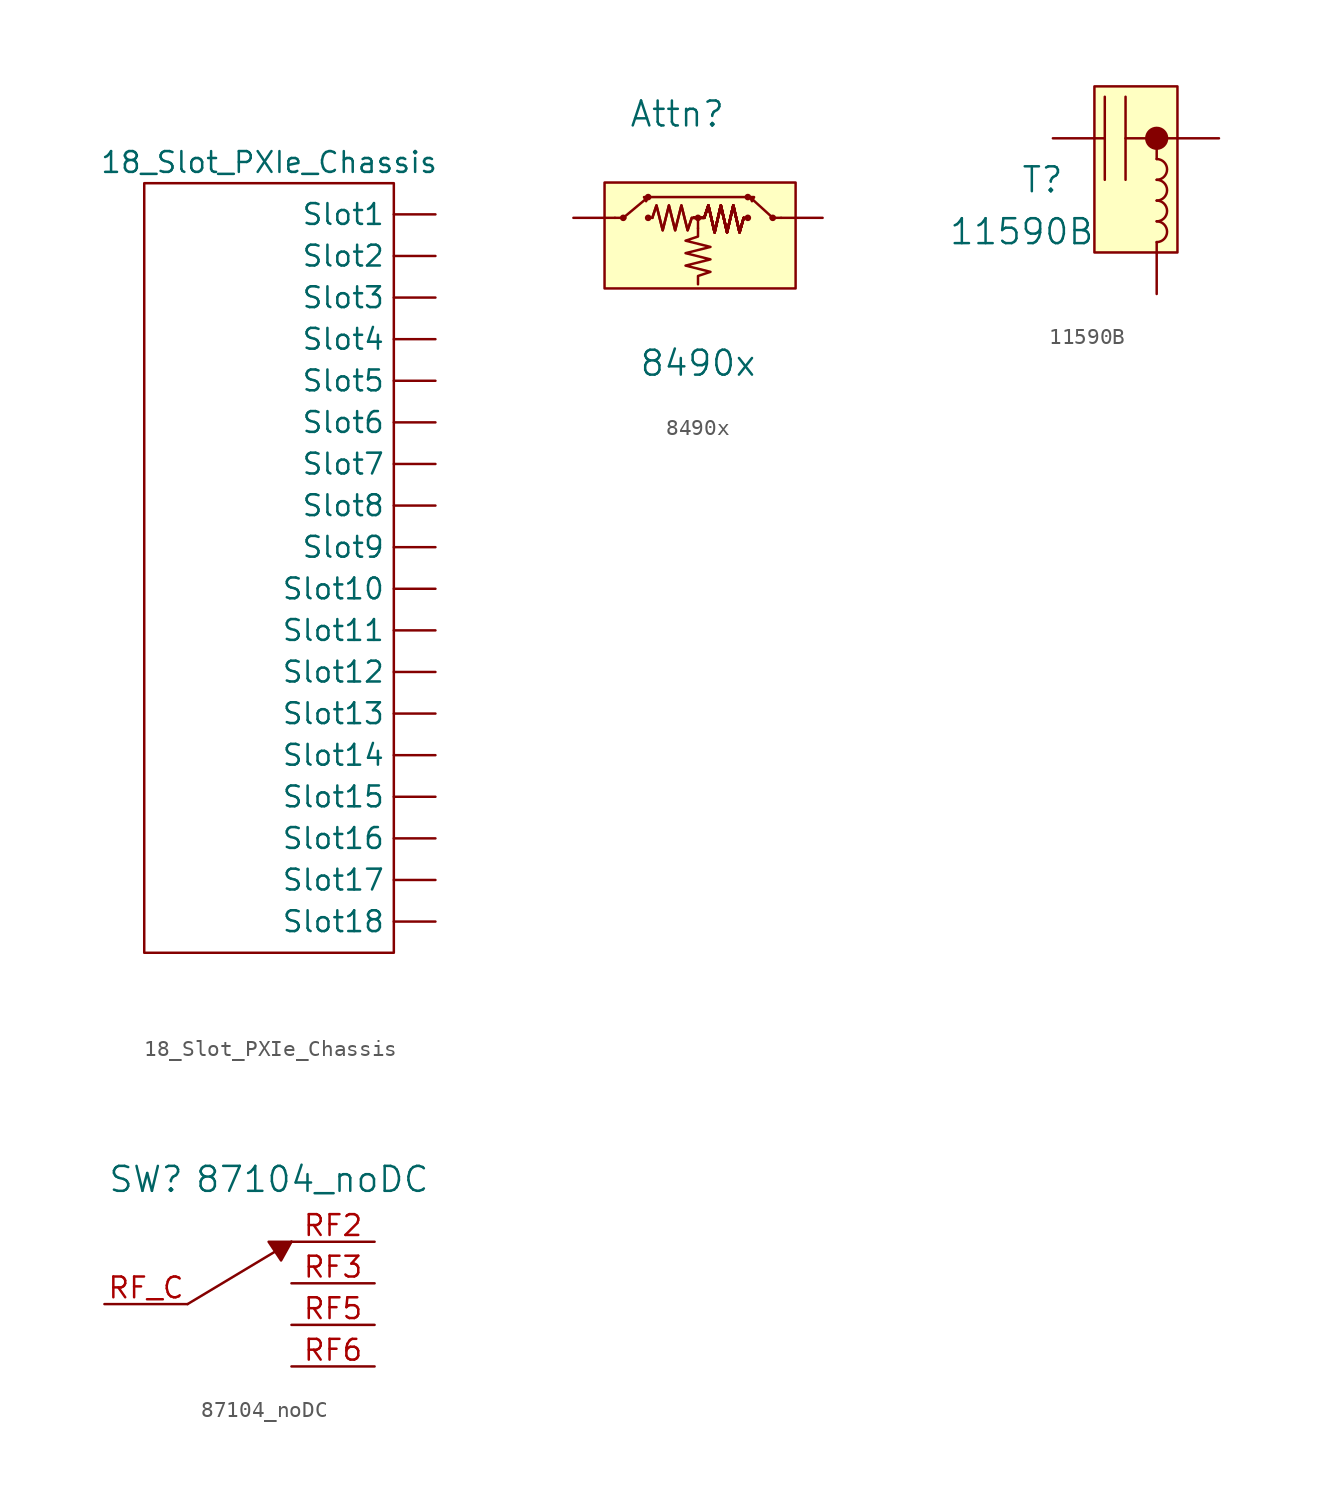
<source format=kicad_sym>
(kicad_symbol_lib
  (version 20211014)
  (generator kicad_symbol_editor)
  (symbol "18_Slot_PXIe_Chassis"
    (property "Reference" "U"
      (at 0 5.08 0)
      (effects (font (size 1.27 1.27)) hide))
    (property "Value" "18_Slot_PXIe_Chassis"
      (at 0 3.175 0)
      (effects (font (size 1.27 1.27))))
    (symbol "18_Slot_PXIe_Chassis_0_1"
      (rectangle (start -7.62 1.905) (end 7.62 -45.085) (stroke (width 0) (type default) (color 0 0 0 0)) (fill (type none))))
    (symbol "18_Slot_PXIe_Chassis_1_1"
      (pin bidirectional line (at 10.16 0 180) (length 2.54) (name "Slot1" (effects (font (size 1.27 1.27)))) (number "" (effects (font (size 1.27 1.27)))))
      (pin bidirectional line (at 10.16 -22.86 180) (length 2.54) (name "Slot10" (effects (font (size 1.27 1.27)))) (number "" (effects (font (size 1.27 1.27)))))
      (pin bidirectional line (at 10.16 -25.4 180) (length 2.54) (name "Slot11" (effects (font (size 1.27 1.27)))) (number "" (effects (font (size 1.27 1.27)))))
      (pin bidirectional line (at 10.16 -27.94 180) (length 2.54) (name "Slot12" (effects (font (size 1.27 1.27)))) (number "" (effects (font (size 1.27 1.27)))))
      (pin bidirectional line (at 10.16 -30.48 180) (length 2.54) (name "Slot13" (effects (font (size 1.27 1.27)))) (number "" (effects (font (size 1.27 1.27)))))
      (pin bidirectional line (at 10.16 -33.02 180) (length 2.54) (name "Slot14" (effects (font (size 1.27 1.27)))) (number "" (effects (font (size 1.27 1.27)))))
      (pin bidirectional line (at 10.16 -35.56 180) (length 2.54) (name "Slot15" (effects (font (size 1.27 1.27)))) (number "" (effects (font (size 1.27 1.27)))))
      (pin bidirectional line (at 10.16 -38.1 180) (length 2.54) (name "Slot16" (effects (font (size 1.27 1.27)))) (number "" (effects (font (size 1.27 1.27)))))
      (pin bidirectional line (at 10.16 -40.64 180) (length 2.54) (name "Slot17" (effects (font (size 1.27 1.27)))) (number "" (effects (font (size 1.27 1.27)))))
      (pin bidirectional line (at 10.16 -43.18 180) (length 2.54) (name "Slot18" (effects (font (size 1.27 1.27)))) (number "" (effects (font (size 1.27 1.27)))))
      (pin bidirectional line (at 10.16 -2.54 180) (length 2.54) (name "Slot2" (effects (font (size 1.27 1.27)))) (number "" (effects (font (size 1.27 1.27)))))
      (pin bidirectional line (at 10.16 -5.08 180) (length 2.54) (name "Slot3" (effects (font (size 1.27 1.27)))) (number "" (effects (font (size 1.27 1.27)))))
      (pin bidirectional line (at 10.16 -7.62 180) (length 2.54) (name "Slot4" (effects (font (size 1.27 1.27)))) (number "" (effects (font (size 1.27 1.27)))))
      (pin bidirectional line (at 10.16 -10.16 180) (length 2.54) (name "Slot5" (effects (font (size 1.27 1.27)))) (number "" (effects (font (size 1.27 1.27)))))
      (pin bidirectional line (at 10.16 -12.7 180) (length 2.54) (name "Slot6" (effects (font (size 1.27 1.27)))) (number "" (effects (font (size 1.27 1.27)))))
      (pin bidirectional line (at 10.16 -15.24 180) (length 2.54) (name "Slot7" (effects (font (size 1.27 1.27)))) (number "" (effects (font (size 1.27 1.27)))))
      (pin bidirectional line (at 10.16 -17.78 180) (length 2.54) (name "Slot8" (effects (font (size 1.27 1.27)))) (number "" (effects (font (size 1.27 1.27)))))
      (pin bidirectional line (at 10.16 -20.32 180) (length 2.54) (name "Slot9" (effects (font (size 1.27 1.27)))) (number "" (effects (font (size 1.27 1.27)))))))
  (symbol "8490x"
    (pin_names
      (offset 1.016))
    (property "Reference" "Attn"
      (at -1.27 6.35 0)
      (effects (font (size 1.524 1.524))))
    (property "Value" "8490x"
      (at 0 -8.89 0)
      (effects (font (size 1.524 1.524))))
    (property "Footprint" ""
      (at 1.27 1.27 0)
      (effects (font (size 1.524 1.524))))
    (property "Datasheet" ""
      (at 1.27 1.27 0)
      (effects (font (size 1.524 1.524))))
    (symbol "8490x_0_1"
      (rectangle (start -5.715 2.159) (end 5.969 -4.318) (stroke (width 0) (type default) (color 0 0 0 0)) (fill (type background)))
      (circle (center -4.572 0) (radius 0.127) (stroke (width 0) (type default) (color 0 0 0 0)) (fill (type none)))
      (circle (center -3.048 0) (radius 0.127) (stroke (width 0) (type default) (color 0 0 0 0)) (fill (type none)))
      (circle (center -3.048 1.27) (radius 0.127) (stroke (width 0) (type default) (color 0 0 0 0)) (fill (type none)))
      (polyline (pts (xy -5.08 0) (xy -4.445 0)) (stroke (width 0) (type default) (color 0 0 0 0)) (fill (type none)))
      (polyline (pts (xy -4.572 0) (xy -3.048 1.27)) (stroke (width 0) (type default) (color 0 0 0 0)) (fill (type none)))
      (polyline (pts (xy -2.794 0) (xy -3.048 0)) (stroke (width 0) (type default) (color 0 0 0 0)) (fill (type none)))
      (polyline (pts (xy 0 -0.635) (xy 0 0)) (stroke (width 0) (type default) (color 0 0 0 0)) (fill (type none)))
      (polyline (pts (xy 2.794 0) (xy 3.048 0)) (stroke (width 0) (type default) (color 0 0 0 0)) (fill (type none)))
      (polyline (pts (xy 3.048 1.27) (xy -3.048 1.27)) (stroke (width 0) (type default) (color 0 0 0 0)) (fill (type none)))
      (polyline (pts (xy 3.175 1.27) (xy 4.572 0)) (stroke (width 0) (type default) (color 0 0 0 0)) (fill (type none)))
      (polyline (pts (xy 5.08 0) (xy 4.445 0)) (stroke (width 0) (type default) (color 0 0 0 0)) (fill (type none)))
      (polyline (pts (xy -3.048 1.27) (xy -3.302 1.27) (xy -3.175 1.016) (xy -3.048 1.27)) (stroke (width 0) (type default) (color 0 0 0 0)) (fill (type none)))
      (polyline (pts (xy 3.175 1.27) (xy 3.302 1.016) (xy 3.429 1.27) (xy 3.175 1.27)) (stroke (width 0) (type default) (color 0 0 0 0)) (fill (type none)))
      (polyline (pts (xy -2.794 0) (xy -2.54 0.762) (xy -2.159 -0.762) (xy -1.778 0.762) (xy -1.397 -0.762) (xy -1.016 0.762) (xy -0.635 -0.762) (xy -0.381 0) (xy -0.254 0)) (stroke (width 0) (type default) (color 0 0 0 0)) (fill (type none)))
      (polyline (pts (xy -2.794 0) (xy -2.54 0.762) (xy -2.159 -0.762) (xy -1.778 0.762) (xy -1.397 -0.762) (xy -1.016 0.762) (xy -0.635 -0.762) (xy -0.381 0) (xy -0.254 0)) (stroke (width 0) (type default) (color 0 0 0 0)) (fill (type none)))
      (polyline (pts (xy -0.254 0) (xy 0.127 0) (xy 0.381 0) (xy 0.635 0.762) (xy 1.016 -0.889) (xy 1.397 0.762) (xy 1.778 -0.889) (xy 2.159 0.762) (xy 2.54 -0.889) (xy 2.794 0)) (stroke (width 0) (type default) (color 0 0 0 0)) (fill (type none)))
      (polyline (pts (xy -0.254 0) (xy 0.127 0) (xy 0.381 0) (xy 0.635 0.762) (xy 1.016 -0.889) (xy 1.397 0.762) (xy 1.778 -0.889) (xy 2.159 0.762) (xy 2.54 -0.889) (xy 2.794 0)) (stroke (width 0) (type default) (color 0 0 0 0)) (fill (type none)))
      (polyline (pts (xy -0.254 0) (xy 0.127 0) (xy 0.381 0) (xy 0.635 0.762) (xy 1.016 -0.889) (xy 1.397 0.762) (xy 1.778 -0.889) (xy 2.159 0.762) (xy 2.54 -0.889) (xy 2.794 0)) (stroke (width 0) (type default) (color 0 0 0 0)) (fill (type none)))
      (polyline (pts (xy -0.254 0) (xy 0.127 0) (xy 0.381 0) (xy 0.635 0.762) (xy 1.016 -0.889) (xy 1.397 0.762) (xy 1.778 -0.889) (xy 2.159 0.762) (xy 2.54 -0.889) (xy 2.794 0)) (stroke (width 0) (type default) (color 0 0 0 0)) (fill (type none)))
      (polyline (pts (xy -0.254 0) (xy 0.127 0) (xy 0.381 0) (xy 0.635 0.762) (xy 1.016 -0.889) (xy 1.397 0.762) (xy 1.778 -0.889) (xy 2.159 0.762) (xy 2.54 -0.889) (xy 2.794 0)) (stroke (width 0) (type default) (color 0 0 0 0)) (fill (type none)))
      (polyline (pts (xy -0.254 0) (xy 0.127 0) (xy 0.381 0) (xy 0.635 0.762) (xy 1.016 -0.889) (xy 1.397 0.762) (xy 1.778 -0.889) (xy 2.159 0.762) (xy 2.54 -0.889) (xy 2.794 0)) (stroke (width 0) (type default) (color 0 0 0 0)) (fill (type none)))
      (polyline (pts (xy -0.254 0) (xy 0.127 0) (xy 0.381 0) (xy 0.635 0.762) (xy 1.016 -0.889) (xy 1.397 0.762) (xy 1.778 -0.889) (xy 2.159 0.762) (xy 2.54 -0.889) (xy 2.794 0)) (stroke (width 0) (type default) (color 0 0 0 0)) (fill (type none)))
      (polyline (pts (xy -0.254 0) (xy 0.127 0) (xy 0.381 0) (xy 0.635 0.762) (xy 1.016 -0.889) (xy 1.397 0.762) (xy 1.778 -0.889) (xy 2.159 0.762) (xy 2.54 -0.889) (xy 2.794 0)) (stroke (width 0) (type default) (color 0 0 0 0)) (fill (type none)))
      (polyline (pts (xy 0 -0.635) (xy 0 -1.143) (xy -0.762 -1.397) (xy 0.762 -1.778) (xy -0.762 -2.159) (xy 0.762 -2.54) (xy -0.762 -2.921) (xy 0.762 -3.302) (xy 0 -3.556) (xy 0 -4.064)) (stroke (width 0) (type default) (color 0 0 0 0)) (fill (type none)))
      (circle (center 0 0) (radius 0.127) (stroke (width 0) (type default) (color 0 0 0 0)) (fill (type none)))
      (circle (center 3.048 0) (radius 0.127) (stroke (width 0) (type default) (color 0 0 0 0)) (fill (type none)))
      (circle (center 3.048 1.27) (radius 0.127) (stroke (width 0) (type default) (color 0 0 0 0)) (fill (type none)))
      (circle (center 4.572 0) (radius 0.127) (stroke (width 0) (type default) (color 0 0 0 0)) (fill (type none))))
    (symbol "8490x_1_1"
      (pin input line (at -7.62 0 0) (length 2.54) (name "~" (effects (font (size 1.27 1.27)))) (number "~" (effects (font (size 1.27 1.27)))))
      (pin input line (at 7.62 0 180) (length 2.54) (name "~" (effects (font (size 1.27 1.27)))) (number "~" (effects (font (size 1.27 1.27)))))))
  (symbol "11590B"
    (pin_names
      (offset 1.016))
    (property "Reference" "T"
      (at -5.715 0.635 0)
      (effects (font (size 1.524 1.524))))
    (property "Value" "11590B"
      (at -6.985 -2.54 0)
      (effects (font (size 1.524 1.524))))
    (symbol "11590B_0_1"
      (rectangle (start -2.54 6.35) (end 2.54 -3.81) (stroke (width 0) (type default) (color 0 0 0 0)) (fill (type background)))
      (polyline (pts (xy -2.54 3.175) (xy -1.905 3.175)) (stroke (width 0) (type default) (color 0 0 0 0)) (fill (type none)))
      (polyline (pts (xy -1.905 5.715) (xy -1.905 0.635)) (stroke (width 0) (type default) (color 0 0 0 0)) (fill (type none)))
      (polyline (pts (xy -0.635 0.635) (xy -0.635 5.715)) (stroke (width 0) (type default) (color 0 0 0 0)) (fill (type none)))
      (polyline (pts (xy 1.27 -3.81) (xy 1.27 -3.175)) (stroke (width 0) (type default) (color 0 0 0 0)) (fill (type none)))
      (polyline (pts (xy 1.27 1.905) (xy 1.27 3.175)) (stroke (width 0) (type default) (color 0 0 0 0)) (fill (type none)))
      (polyline (pts (xy 2.54 3.175) (xy -0.635 3.175)) (stroke (width 0) (type default) (color 0 0 0 0)) (fill (type none)))
      (arc (start 1.27 -3.175) (mid 1.905 -2.54) (end 1.27 -1.905) (stroke (width 0) (type default) (color 0 0 0 0)) (fill (type none)))
      (arc (start 1.27 -1.905) (mid 1.905 -1.27) (end 1.27 -0.635) (stroke (width 0) (type default) (color 0 0 0 0)) (fill (type none)))
      (arc (start 1.27 -0.635) (mid 1.905 0) (end 1.27 0.635) (stroke (width 0) (type default) (color 0 0 0 0)) (fill (type none)))
      (arc (start 1.27 0.635) (mid 1.905 1.27) (end 1.27 1.905) (stroke (width 0) (type default) (color 0 0 0 0)) (fill (type none)))
      (circle (center 1.27 3.175) (radius 0.635) (stroke (width 0) (type default) (color 0 0 0 0)) (fill (type outline))))
    (symbol "11590B_1_1"
      (pin input line (at -5.08 3.175 0) (length 2.54) (name "~" (effects (font (size 1.27 1.27)))) (number "~" (effects (font (size 1.27 1.27)))))
      (pin input line (at 1.27 -6.35 90) (length 2.54) (name "~" (effects (font (size 1.27 1.27)))) (number "~" (effects (font (size 1.27 1.27)))))
      (pin input line (at 5.08 3.175 180) (length 2.54) (name "~" (effects (font (size 1.27 1.27)))) (number "~" (effects (font (size 1.27 1.27)))))))
  (symbol "87104_noDC"
    (pin_names
      (offset 1.016))
    (property "Reference" "SW"
      (at -6.35 13.97 0)
      (effects (font (size 1.524 1.524))))
    (property "Value" "87104_noDC"
      (at 3.81 13.97 0)
      (effects (font (size 1.524 1.524))))
    (property "Footprint" ""
      (at 0 6.35 0)
      (effects (font (size 1.524 1.524))))
    (property "Datasheet" ""
      (at 0 6.35 0)
      (effects (font (size 1.524 1.524))))
    (symbol "87104_noDC_0_1"
      (polyline (pts (xy 2.54 10.16) (xy -3.81 6.35)) (stroke (width 0) (type default) (color 0 0 0 0)) (fill (type none)))
      (polyline (pts (xy 2.54 10.16) (xy 1.143 10.16) (xy 1.905 9.017) (xy 2.54 10.16)) (stroke (width 0) (type default) (color 0 0 0 0)) (fill (type outline))))
    (symbol "87104_noDC_1_1"
      (pin input line (at 7.62 10.16 180) (length 5.08) (name "~" (effects (font (size 1.27 1.27)))) (number "RF2" (effects (font (size 1.27 1.27)))))
      (pin input line (at 7.62 7.62 180) (length 5.08) (name "~" (effects (font (size 1.27 1.27)))) (number "RF3" (effects (font (size 1.27 1.27)))))
      (pin input line (at 7.62 5.08 180) (length 5.08) (name "~" (effects (font (size 1.27 1.27)))) (number "RF5" (effects (font (size 1.27 1.27)))))
      (pin input line (at 7.62 2.54 180) (length 5.08) (name "~" (effects (font (size 1.27 1.27)))) (number "RF6" (effects (font (size 1.27 1.27)))))
      (pin bidirectional line (at -8.89 6.35 0) (length 5.08) (name "~" (effects (font (size 1.27 1.27)))) (number "RF_C" (effects (font (size 1.27 1.27))))))))
</source>
